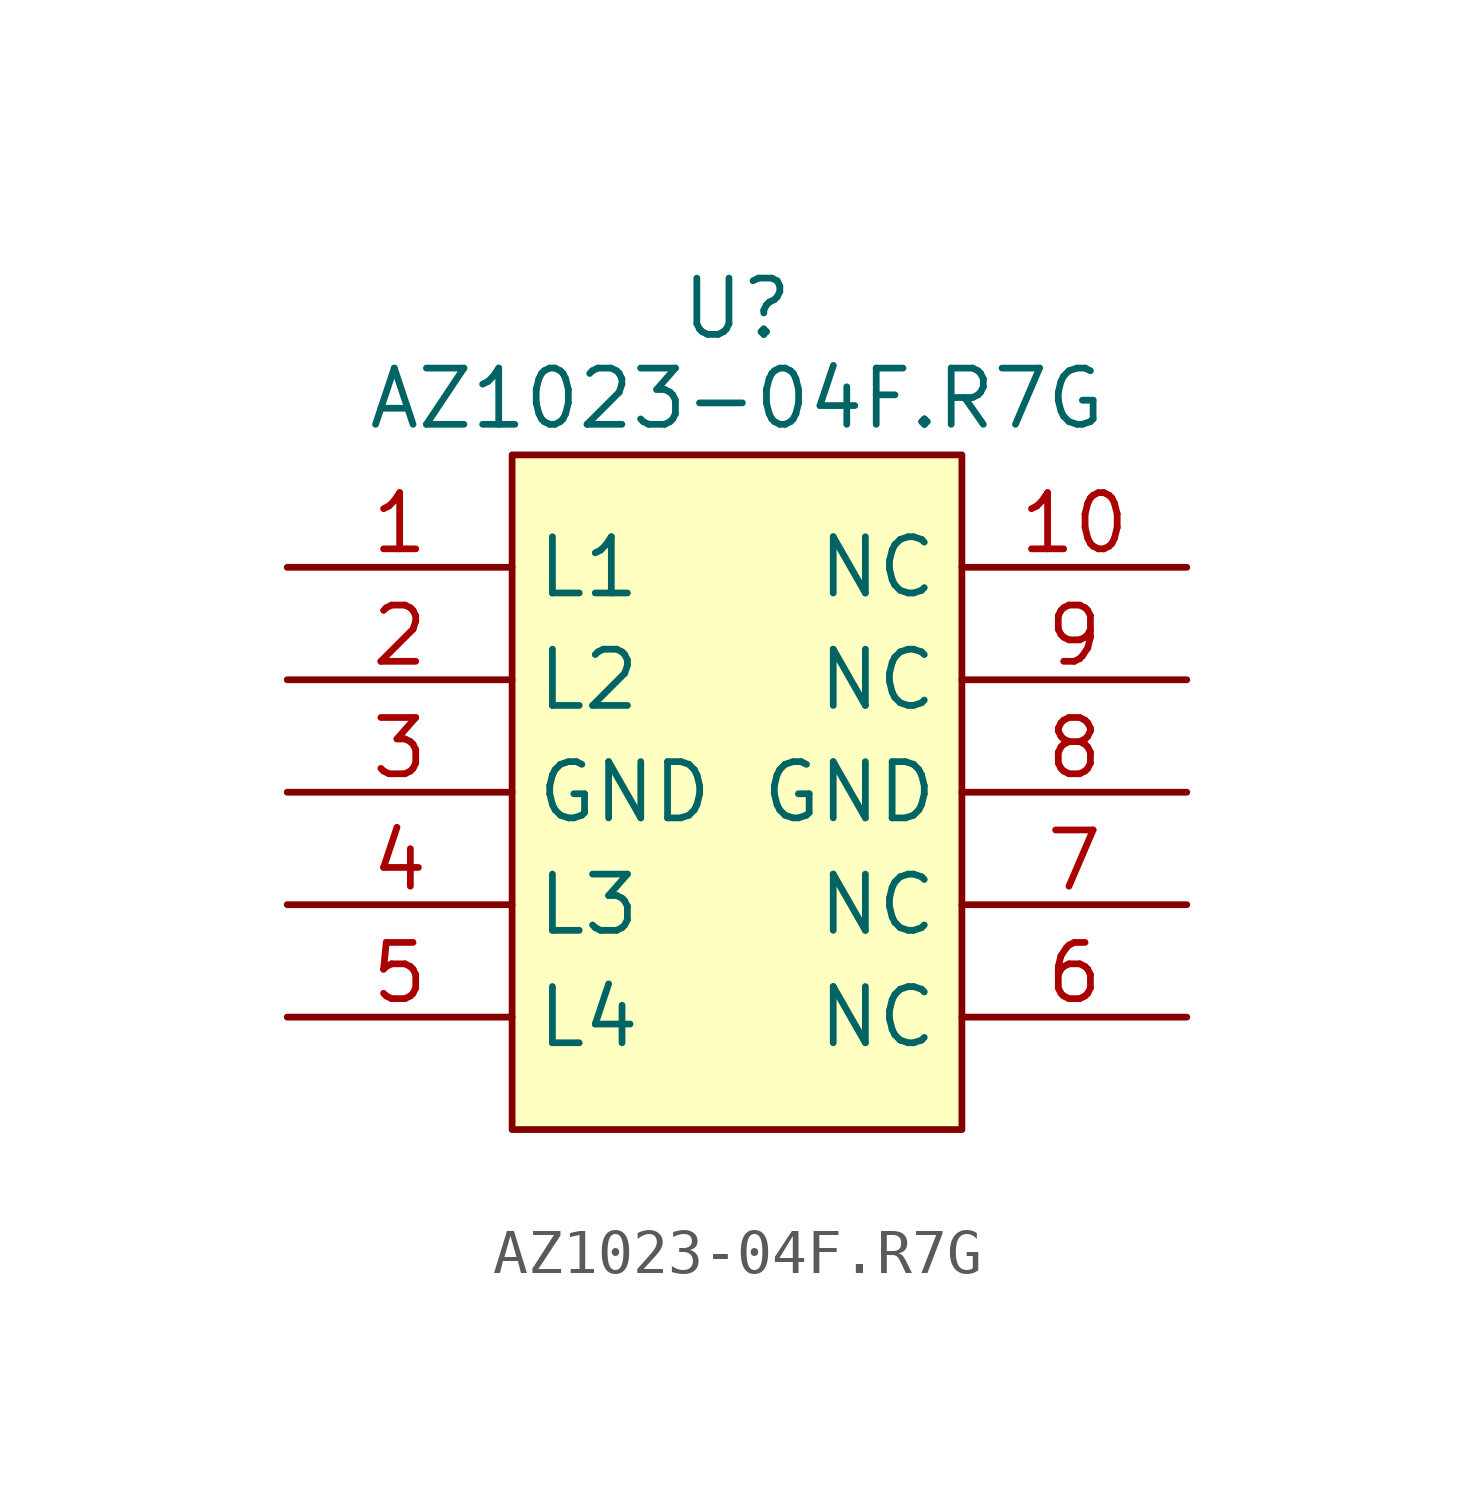
<source format=kicad_sym>
(kicad_symbol_lib
  (version 20241209)
  (generator "kicad_symbol_editor")
  (generator_version "9.0")
  (symbol "AZ1023-04F.R7G"
    (property "Reference" "U"
      (at 0 10.922 0)
      (effects (font (size 1.27 1.27))))
    (property "Value" "AZ1023-04F.R7G"
      (at 0 8.89 0)
      (effects (font (size 1.27 1.27))))
    (symbol "AZ1023-04F.R7G_0_0"
      (pin passive line (at -10.16 5.08 0) (length 5.08) (name "L1" (effects (font (size 1.27 1.27)))) (number "1" (effects (font (size 1.27 1.27)))))
      (pin passive line (at -10.16 2.54 0) (length 5.08) (name "L2" (effects (font (size 1.27 1.27)))) (number "2" (effects (font (size 1.27 1.27)))))
      (pin power_in line (at -10.16 0 0) (length 5.08) (name "GND" (effects (font (size 1.27 1.27)))) (number "3" (effects (font (size 1.27 1.27)))))
      (pin passive line (at -10.16 -2.54 0) (length 5.08) (name "L3" (effects (font (size 1.27 1.27)))) (number "4" (effects (font (size 1.27 1.27)))))
      (pin passive line (at -10.16 -5.08 0) (length 5.08) (name "L4" (effects (font (size 1.27 1.27)))) (number "5" (effects (font (size 1.27 1.27)))))
      (pin power_in line (at 10.16 0 180) (length 5.08) (name "GND" (effects (font (size 1.27 1.27)))) (number "8" (effects (font (size 1.27 1.27)))))
      (pin passive line (at 10.16 -2.54 180) (length 5.08) (name "NC" (effects (font (size 1.27 1.27)))) (number "7" (effects (font (size 1.27 1.27)))))
      (pin passive line (at 10.16 -5.08 180) (length 5.08) (name "NC" (effects (font (size 1.27 1.27)))) (number "6" (effects (font (size 1.27 1.27))))))
    (symbol "AZ1023-04F.R7G_1_0"
      (pin passive line (at 10.16 5.08 180) (length 5.08) (name "NC" (effects (font (size 1.27 1.27)))) (number "10" (effects (font (size 1.27 1.27)))))
      (pin passive line (at 10.16 2.54 180) (length 5.08) (name "NC" (effects (font (size 1.27 1.27)))) (number "9" (effects (font (size 1.27 1.27))))))
    (symbol "AZ1023-04F.R7G_1_1"
      (rectangle (start -5.08 7.62) (end 5.08 -7.62) (stroke (width 0) (type default)) (fill (type background))))))
</source>
